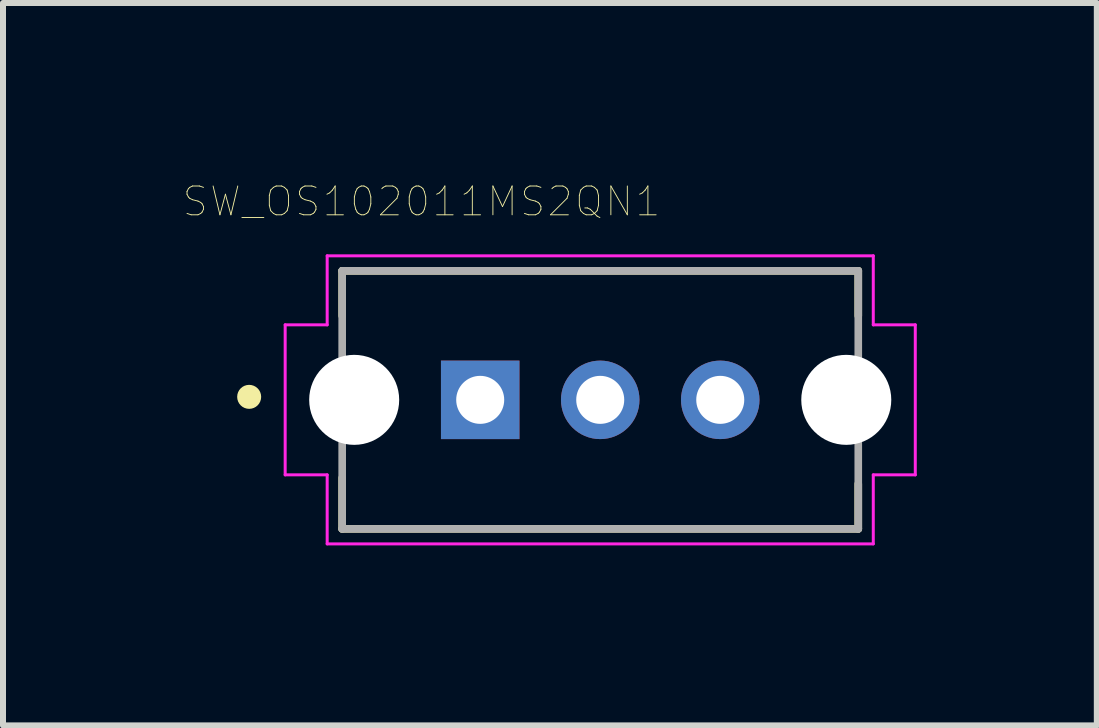
<source format=kicad_pcb>
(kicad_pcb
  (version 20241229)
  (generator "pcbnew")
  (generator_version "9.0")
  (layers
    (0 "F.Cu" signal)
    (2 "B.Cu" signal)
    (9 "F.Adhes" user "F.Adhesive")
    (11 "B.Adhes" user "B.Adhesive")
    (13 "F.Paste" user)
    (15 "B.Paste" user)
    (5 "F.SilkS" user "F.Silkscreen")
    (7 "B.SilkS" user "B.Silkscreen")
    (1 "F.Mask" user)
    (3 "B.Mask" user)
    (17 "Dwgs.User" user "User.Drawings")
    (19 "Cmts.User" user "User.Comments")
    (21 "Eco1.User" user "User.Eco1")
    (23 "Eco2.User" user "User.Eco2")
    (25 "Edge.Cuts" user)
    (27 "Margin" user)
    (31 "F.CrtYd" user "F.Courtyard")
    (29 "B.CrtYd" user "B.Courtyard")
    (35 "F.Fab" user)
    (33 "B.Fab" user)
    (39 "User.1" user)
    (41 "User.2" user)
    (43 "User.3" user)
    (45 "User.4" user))
  (footprint "SW_OS102011MS2QN1"
    (layer "F.Cu")
    (at 6.952 3.613)
    (property "Reference" "SW_OS102011MS2QN1" (at -2.977 -3.305 0) (layer "F.SilkS") (effects (font (size 0.48 0.48) (thickness 0.015))))
    (attr through_hole)
    (fp_line (start -4.3 -2.15) (end -4.3 -1.4) (stroke (width 0.127) (type solid)) (layer "F.SilkS"))
    (fp_line (start -4.3 1.3) (end -4.3 2.15) (stroke (width 0.127) (type solid)) (layer "F.SilkS"))
    (fp_line (start -4.3 2.15) (end 4.3 2.15) (stroke (width 0.127) (type solid)) (layer "F.SilkS"))
    (fp_line (start 4.3 -2.15) (end -4.3 -2.15) (stroke (width 0.127) (type solid)) (layer "F.SilkS"))
    (fp_line (start 4.3 -1.4) (end 4.3 -2.15) (stroke (width 0.127) (type solid)) (layer "F.SilkS"))
    (fp_line (start 4.3 2.15) (end 4.3 1.4) (stroke (width 0.127) (type solid)) (layer "F.SilkS"))
    (fp_circle (center -5.85 -0.05) (end -5.75 -0.05) (stroke (width 0.2) (type solid)) (fill no) (layer "F.SilkS"))
    (fp_line (start -5.25 -1.25) (end -4.55 -1.25) (stroke (width 0.05) (type solid)) (layer "F.CrtYd"))
    (fp_line (start -5.25 1.25) (end -5.25 -1.25) (stroke (width 0.05) (type solid)) (layer "F.CrtYd"))
    (fp_line (start -4.55 -2.4) (end 4.55 -2.4) (stroke (width 0.05) (type solid)) (layer "F.CrtYd"))
    (fp_line (start -4.55 -1.25) (end -4.55 -2.4) (stroke (width 0.05) (type solid)) (layer "F.CrtYd"))
    (fp_line (start -4.55 1.25) (end -5.25 1.25) (stroke (width 0.05) (type solid)) (layer "F.CrtYd"))
    (fp_line (start -4.55 2.4) (end -4.55 1.25) (stroke (width 0.05) (type solid)) (layer "F.CrtYd"))
    (fp_line (start 4.55 -2.4) (end 4.55 -1.25) (stroke (width 0.05) (type solid)) (layer "F.CrtYd"))
    (fp_line (start 4.55 -1.25) (end 5.25 -1.25) (stroke (width 0.05) (type solid)) (layer "F.CrtYd"))
    (fp_line (start 4.55 1.25) (end 4.55 2.4) (stroke (width 0.05) (type solid)) (layer "F.CrtYd"))
    (fp_line (start 4.55 2.4) (end -4.55 2.4) (stroke (width 0.05) (type solid)) (layer "F.CrtYd"))
    (fp_line (start 5.25 -1.25) (end 5.25 1.25) (stroke (width 0.05) (type solid)) (layer "F.CrtYd"))
    (fp_line (start 5.25 1.25) (end 4.55 1.25) (stroke (width 0.05) (type solid)) (layer "F.CrtYd"))
    (fp_line (start -4.3 -2.15) (end 4.3 -2.15) (stroke (width 0.127) (type solid)) (layer "F.Fab"))
    (fp_line (start -4.3 2.15) (end -4.3 -2.15) (stroke (width 0.127) (type solid)) (layer "F.Fab"))
    (fp_line (start 4.3 -2.15) (end 4.3 2.15) (stroke (width 0.127) (type solid)) (layer "F.Fab"))
    (fp_line (start 4.3 2.15) (end -4.3 2.15) (stroke (width 0.127) (type solid)) (layer "F.Fab"))
    (fp_circle (center -2.1 -0.05) (end -2 -0.05) (stroke (width 0.2) (type solid)) (fill no) (layer "F.Fab"))
    (pad "" np_thru_hole circle (at -4.1 0) (size 1.5 1.5) (drill 1.5) (layers "*.Cu" "*.Mask"))
    (pad "" np_thru_hole circle (at 4.1 0) (size 1.5 1.5) (drill 1.5) (layers "*.Cu" "*.Mask"))
    (pad "1" thru_hole rect (at -2 0) (size 1.308 1.308) (drill 0.8) (layers "*.Cu" "*.Mask"))
    (pad "2" thru_hole circle (at 0 0) (size 1.308 1.308) (drill 0.8) (layers "*.Cu" "*.Mask"))
    (pad "3" thru_hole circle (at 2 0) (size 1.308 1.308) (drill 0.8) (layers "*.Cu" "*.Mask")))
  (gr_rect
    (start -3 -3)
    (end 15.227 9.038)
    (stroke (width 0.1) (type default))
    (fill no)
    (layer "Edge.Cuts")))
</source>
